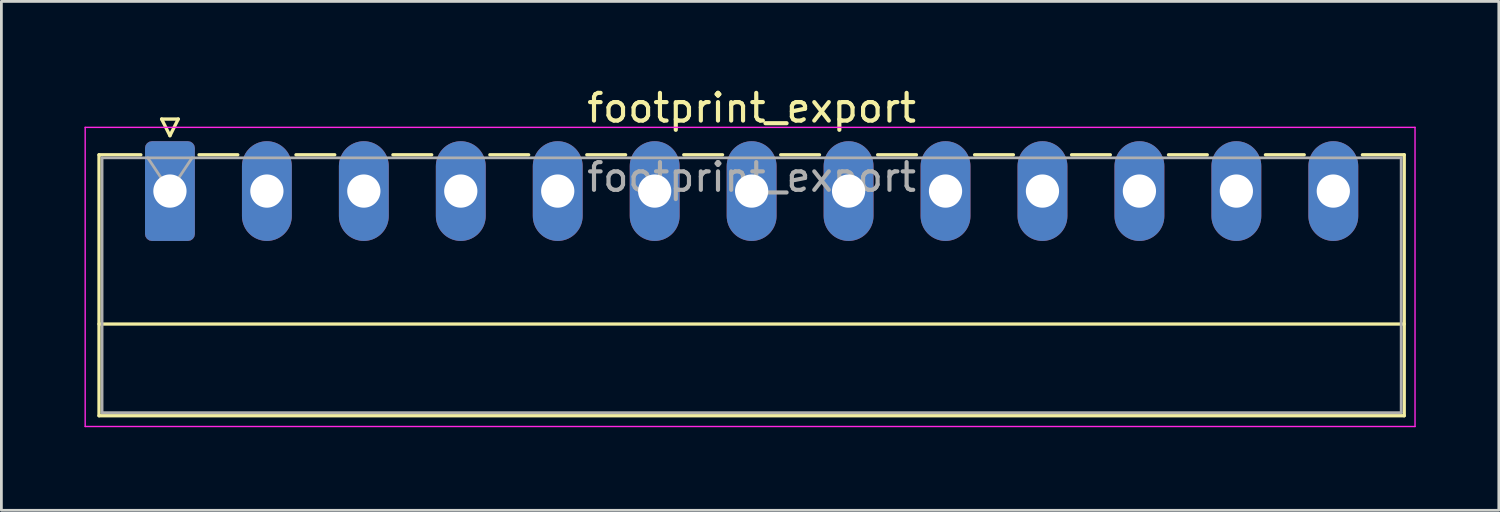
<source format=kicad_pcb>
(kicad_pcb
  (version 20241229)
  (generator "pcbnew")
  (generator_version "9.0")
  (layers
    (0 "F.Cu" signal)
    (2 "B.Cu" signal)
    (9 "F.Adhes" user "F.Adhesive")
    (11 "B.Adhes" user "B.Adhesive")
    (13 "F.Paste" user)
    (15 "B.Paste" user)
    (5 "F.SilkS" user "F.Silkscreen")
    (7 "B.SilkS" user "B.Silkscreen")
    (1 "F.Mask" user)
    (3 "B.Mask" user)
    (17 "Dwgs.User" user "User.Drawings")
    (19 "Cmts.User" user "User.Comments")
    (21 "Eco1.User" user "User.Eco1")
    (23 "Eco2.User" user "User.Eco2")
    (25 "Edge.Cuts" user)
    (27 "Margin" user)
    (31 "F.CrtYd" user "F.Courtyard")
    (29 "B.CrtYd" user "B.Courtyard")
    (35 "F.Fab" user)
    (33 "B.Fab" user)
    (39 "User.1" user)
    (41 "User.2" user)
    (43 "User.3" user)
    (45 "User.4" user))
  (footprint "footprint_export"
    (layer "F.Cu")
    (at 3.085 3.848)
    (property "Reference" "footprint_export" (at 21 -3 0) (layer "F.SilkS") (effects (font (size 1 1) (thickness 0.15))))
    (attr through_hole)
    (fp_line (start -2.56 -1.31) (end -2.56 8.11) (stroke (width 0.12) (type solid)) (layer "F.SilkS"))
    (fp_line (start -2.56 -1.31) (end -1.05 -1.31) (stroke (width 0.12) (type solid)) (layer "F.SilkS"))
    (fp_line (start -2.56 4.8) (end 44.56 4.8) (stroke (width 0.12) (type solid)) (layer "F.SilkS"))
    (fp_line (start -2.56 8.11) (end 44.56 8.11) (stroke (width 0.12) (type solid)) (layer "F.SilkS"))
    (fp_line (start -0.3 -2.6) (end 0.3 -2.6) (stroke (width 0.12) (type solid)) (layer "F.SilkS"))
    (fp_line (start 0 -2) (end -0.3 -2.6) (stroke (width 0.12) (type solid)) (layer "F.SilkS"))
    (fp_line (start 0.3 -2.6) (end 0 -2) (stroke (width 0.12) (type solid)) (layer "F.SilkS"))
    (fp_line (start 1.05 -1.31) (end 2.45 -1.31) (stroke (width 0.12) (type solid)) (layer "F.SilkS"))
    (fp_line (start 4.55 -1.31) (end 5.95 -1.31) (stroke (width 0.12) (type solid)) (layer "F.SilkS"))
    (fp_line (start 8.05 -1.31) (end 9.45 -1.31) (stroke (width 0.12) (type solid)) (layer "F.SilkS"))
    (fp_line (start 11.55 -1.31) (end 12.95 -1.31) (stroke (width 0.12) (type solid)) (layer "F.SilkS"))
    (fp_line (start 15.05 -1.31) (end 16.45 -1.31) (stroke (width 0.12) (type solid)) (layer "F.SilkS"))
    (fp_line (start 18.55 -1.31) (end 19.95 -1.31) (stroke (width 0.12) (type solid)) (layer "F.SilkS"))
    (fp_line (start 22.05 -1.31) (end 23.45 -1.31) (stroke (width 0.12) (type solid)) (layer "F.SilkS"))
    (fp_line (start 25.55 -1.31) (end 26.95 -1.31) (stroke (width 0.12) (type solid)) (layer "F.SilkS"))
    (fp_line (start 29.05 -1.31) (end 30.45 -1.31) (stroke (width 0.12) (type solid)) (layer "F.SilkS"))
    (fp_line (start 32.55 -1.31) (end 33.95 -1.31) (stroke (width 0.12) (type solid)) (layer "F.SilkS"))
    (fp_line (start 36.05 -1.31) (end 37.45 -1.31) (stroke (width 0.12) (type solid)) (layer "F.SilkS"))
    (fp_line (start 39.55 -1.31) (end 40.95 -1.31) (stroke (width 0.12) (type solid)) (layer "F.SilkS"))
    (fp_line (start 44.56 -1.31) (end 43.05 -1.31) (stroke (width 0.12) (type solid)) (layer "F.SilkS"))
    (fp_line (start 44.56 8.11) (end 44.56 -1.31) (stroke (width 0.12) (type solid)) (layer "F.SilkS"))
    (fp_line (start -3.06 -2.3) (end -3.06 8.5) (stroke (width 0.05) (type solid)) (layer "F.CrtYd"))
    (fp_line (start -3.06 8.5) (end 44.95 8.5) (stroke (width 0.05) (type solid)) (layer "F.CrtYd"))
    (fp_line (start 44.95 -2.3) (end -3.06 -2.3) (stroke (width 0.05) (type solid)) (layer "F.CrtYd"))
    (fp_line (start 44.95 8.5) (end 44.95 -2.3) (stroke (width 0.05) (type solid)) (layer "F.CrtYd"))
    (fp_line (start -2.45 -1.2) (end -2.45 8) (stroke (width 0.1) (type solid)) (layer "F.Fab"))
    (fp_line (start -2.45 8) (end 44.45 8) (stroke (width 0.1) (type solid)) (layer "F.Fab"))
    (fp_line (start 0 0) (end -0.8 -1.2) (stroke (width 0.1) (type solid)) (layer "F.Fab"))
    (fp_line (start 0.8 -1.2) (end 0 0) (stroke (width 0.1) (type solid)) (layer "F.Fab"))
    (fp_line (start 44.45 -1.2) (end -2.45 -1.2) (stroke (width 0.1) (type solid)) (layer "F.Fab"))
    (fp_line (start 44.45 8) (end 44.45 -1.2) (stroke (width 0.1) (type solid)) (layer "F.Fab"))
    (fp_text user "${REFERENCE}" (at 21 -0.5 0) (layer "F.Fab") (effects (font (size 1 1) (thickness 0.15))))
    (pad "1" thru_hole roundrect (at 0 0) (size 1.8 3.6) (drill 1.2) (layers "*.Cu" "*.Mask") (roundrect_rratio 0.139))
    (pad "2" thru_hole oval (at 3.5 0) (size 1.8 3.6) (drill 1.2) (layers "*.Cu" "*.Mask"))
    (pad "3" thru_hole oval (at 7 0) (size 1.8 3.6) (drill 1.2) (layers "*.Cu" "*.Mask"))
    (pad "4" thru_hole oval (at 10.5 0) (size 1.8 3.6) (drill 1.2) (layers "*.Cu" "*.Mask"))
    (pad "5" thru_hole oval (at 14 0) (size 1.8 3.6) (drill 1.2) (layers "*.Cu" "*.Mask"))
    (pad "6" thru_hole oval (at 17.5 0) (size 1.8 3.6) (drill 1.2) (layers "*.Cu" "*.Mask"))
    (pad "7" thru_hole oval (at 21 0) (size 1.8 3.6) (drill 1.2) (layers "*.Cu" "*.Mask"))
    (pad "8" thru_hole oval (at 24.5 0) (size 1.8 3.6) (drill 1.2) (layers "*.Cu" "*.Mask"))
    (pad "9" thru_hole oval (at 28 0) (size 1.8 3.6) (drill 1.2) (layers "*.Cu" "*.Mask"))
    (pad "10" thru_hole oval (at 31.5 0) (size 1.8 3.6) (drill 1.2) (layers "*.Cu" "*.Mask"))
    (pad "11" thru_hole oval (at 35 0) (size 1.8 3.6) (drill 1.2) (layers "*.Cu" "*.Mask"))
    (pad "12" thru_hole oval (at 38.5 0) (size 1.8 3.6) (drill 1.2) (layers "*.Cu" "*.Mask"))
    (pad "13" thru_hole oval (at 42 0) (size 1.8 3.6) (drill 1.2) (layers "*.Cu" "*.Mask")))
  (gr_rect
    (start -3 -3)
    (end 51.06 15.373)
    (stroke (width 0.1) (type default))
    (fill no)
    (layer "Edge.Cuts")))
</source>
